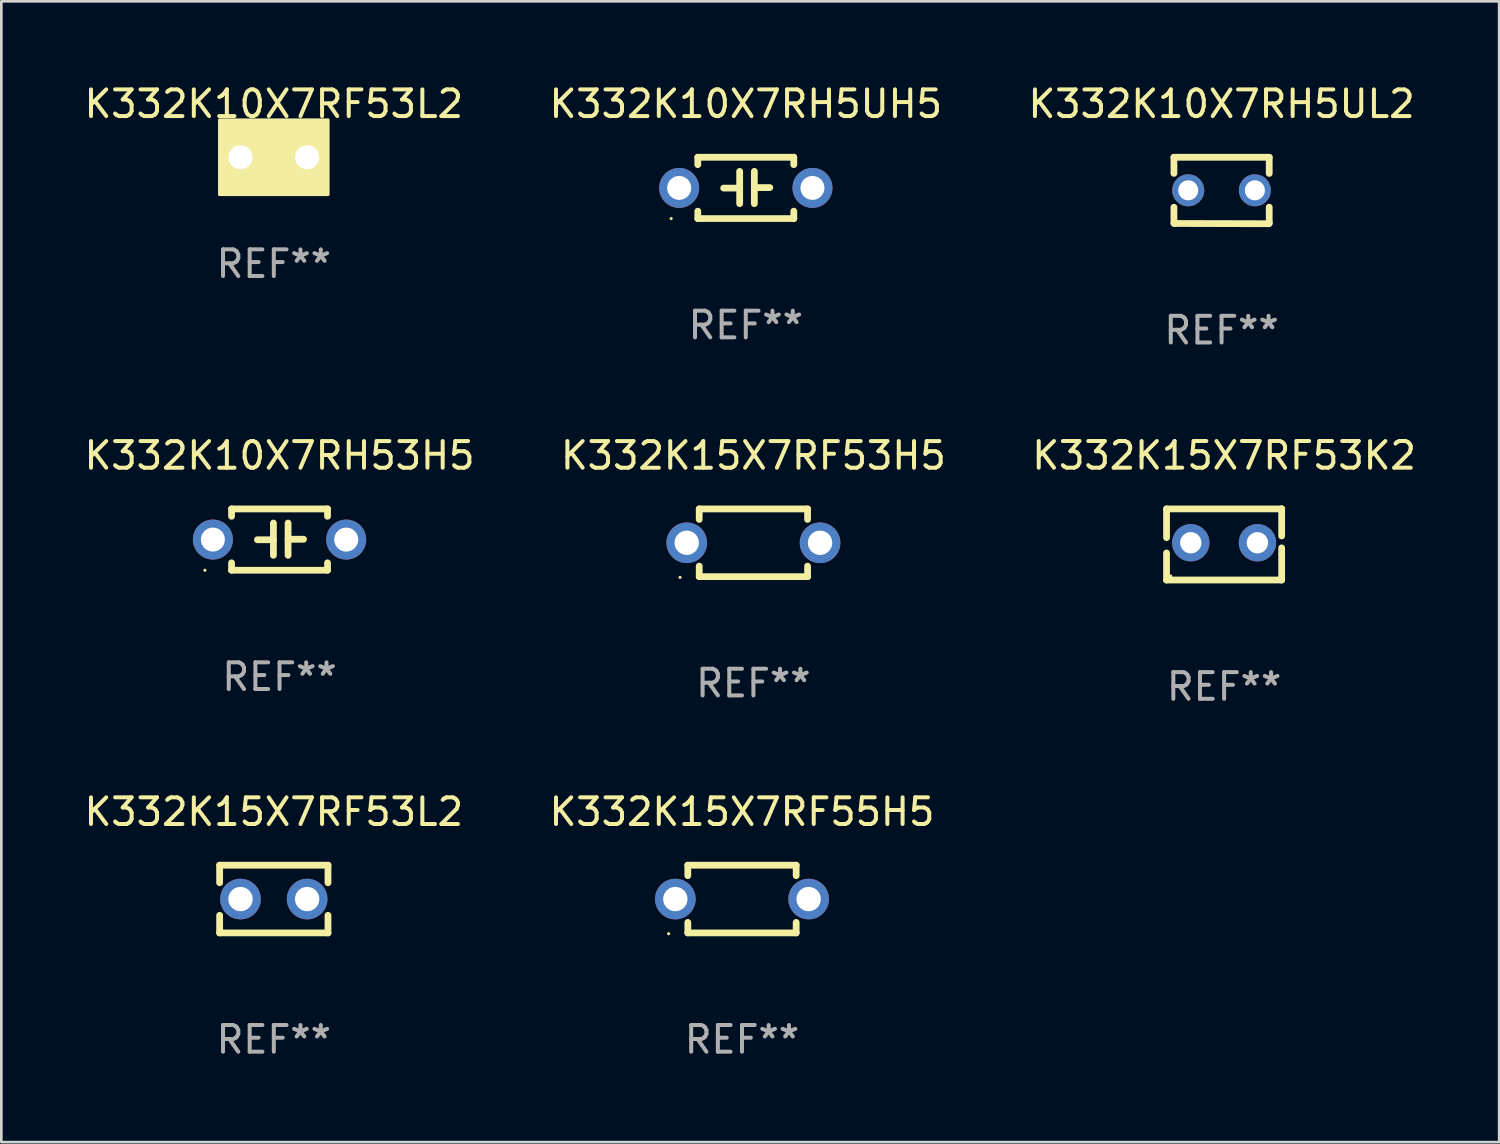
<source format=kicad_pcb>
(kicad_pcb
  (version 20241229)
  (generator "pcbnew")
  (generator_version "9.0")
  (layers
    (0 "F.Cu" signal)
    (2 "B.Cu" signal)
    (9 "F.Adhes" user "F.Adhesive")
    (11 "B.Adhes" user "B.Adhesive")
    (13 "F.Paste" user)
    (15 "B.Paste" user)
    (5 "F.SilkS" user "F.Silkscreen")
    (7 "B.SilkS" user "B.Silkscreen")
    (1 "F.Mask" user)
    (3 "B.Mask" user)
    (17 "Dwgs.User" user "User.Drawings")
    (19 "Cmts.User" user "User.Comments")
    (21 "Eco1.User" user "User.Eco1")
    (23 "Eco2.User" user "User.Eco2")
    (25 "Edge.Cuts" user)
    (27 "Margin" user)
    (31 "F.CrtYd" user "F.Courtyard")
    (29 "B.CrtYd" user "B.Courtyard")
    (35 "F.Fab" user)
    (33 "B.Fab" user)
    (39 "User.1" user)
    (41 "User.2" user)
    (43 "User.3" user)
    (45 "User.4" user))
  (footprint "K332K10X7RH5UL2"
    (layer "F.Cu")
    (at 42.768 4.095)
    (property "Reference" "K332K10X7RH5UL2" (at 0 -3.246 0) (layer "F.SilkS") (effects (font (size 1 1) (thickness 0.15))))
    (attr through_hole)
    (fp_line (start -1.787 -1.246) (end -1.787 -0.642) (stroke (width 0.254) (type solid)) (layer "F.SilkS"))
    (fp_line (start -1.787 0.627) (end -1.787 1.228) (stroke (width 0.254) (type solid)) (layer "F.SilkS"))
    (fp_line (start -1.787 1.228) (end -1.75 1.237) (stroke (width 0.254) (type solid)) (layer "F.SilkS"))
    (fp_line (start -1.75 1.237) (end 1.759 1.246) (stroke (width 0.254) (type solid)) (layer "F.SilkS"))
    (fp_line (start 1.759 1.246) (end 1.787 1.218) (stroke (width 0.254) (type solid)) (layer "F.SilkS"))
    (fp_line (start 1.787 -1.246) (end -1.787 -1.246) (stroke (width 0.254) (type solid)) (layer "F.SilkS"))
    (fp_line (start 1.787 -0.639) (end 1.787 -1.246) (stroke (width 0.254) (type solid)) (layer "F.SilkS"))
    (fp_line (start 1.787 1.237) (end 1.787 0.625) (stroke (width 0.254) (type solid)) (layer "F.SilkS"))
    (fp_circle (center -1.801 1.243) (end -1.771 1.243) (stroke (width 0.06) (type solid)) (fill no) (layer "F.SilkS"))
    (fp_text user "REF**" (at 0 5.246 0) (layer "F.Fab") (effects (font (size 1 1) (thickness 0.15))))
    (pad "1" thru_hole circle (at -1.251 -0.007) (size 1.2 1.2) (drill 0.75) (layers "*.Cu" "*.Mask"))
    (pad "2" thru_hole circle (at 1.249 -0.007) (size 1.2 1.2) (drill 0.75) (layers "*.Cu" "*.Mask")))
  (footprint "K332K15X7RF55H5"
    (layer "F.Cu")
    (at 24.78 30.671)
    (property "Reference" "K332K15X7RF55H5" (at 0 -3.27 0) (layer "F.SilkS") (effects (font (size 1 1) (thickness 0.15))))
    (attr through_hole)
    (fp_line (start -2.032 -1.27) (end -2.032 -0.876) (stroke (width 0.254) (type solid)) (layer "F.SilkS"))
    (fp_line (start -2.032 0.876) (end -2.032 1.27) (stroke (width 0.254) (type solid)) (layer "F.SilkS"))
    (fp_line (start -2.032 1.27) (end 2.032 1.27) (stroke (width 0.254) (type solid)) (layer "F.SilkS"))
    (fp_line (start 2.032 -1.27) (end -2.032 -1.27) (stroke (width 0.254) (type solid)) (layer "F.SilkS"))
    (fp_line (start 2.032 -0.876) (end 2.032 -1.27) (stroke (width 0.254) (type solid)) (layer "F.SilkS"))
    (fp_line (start 2.032 1.27) (end 2.032 0.876) (stroke (width 0.254) (type solid)) (layer "F.SilkS"))
    (fp_circle (center -2.751 1.3) (end -2.721 1.3) (stroke (width 0.06) (type solid)) (fill no) (layer "F.SilkS"))
    (fp_text user "REF**" (at 0 5.27 0) (layer "F.Fab") (effects (font (size 1 1) (thickness 0.15))))
    (pad "1" thru_hole circle (at -2.5 0) (size 1.524 1.524) (drill 0.914) (layers "*.Cu" "*.Mask"))
    (pad "2" thru_hole circle (at 2.5 0) (size 1.524 1.524) (drill 0.914) (layers "*.Cu" "*.Mask")))
  (footprint "K332K15X7RF53L2"
    (layer "F.Cu")
    (at 7.22 30.671)
    (property "Reference" "K332K15X7RF53L2" (at 0 -3.27 0) (layer "F.SilkS") (effects (font (size 1 1) (thickness 0.15))))
    (attr through_hole)
    (fp_line (start -2.032 -1.27) (end -2.032 -0.611) (stroke (width 0.254) (type solid)) (layer "F.SilkS"))
    (fp_line (start -2.032 0.611) (end -2.032 1.27) (stroke (width 0.254) (type solid)) (layer "F.SilkS"))
    (fp_line (start -2.032 1.27) (end 2.032 1.27) (stroke (width 0.254) (type solid)) (layer "F.SilkS"))
    (fp_line (start 2.032 -1.27) (end -2.032 -1.27) (stroke (width 0.254) (type solid)) (layer "F.SilkS"))
    (fp_line (start 2.032 -0.611) (end 2.032 -1.27) (stroke (width 0.254) (type solid)) (layer "F.SilkS"))
    (fp_line (start 2.032 1.27) (end 2.032 0.611) (stroke (width 0.254) (type solid)) (layer "F.SilkS"))
    (fp_circle (center -2 1.3) (end -1.97 1.3) (stroke (width 0.06) (type solid)) (fill no) (layer "F.SilkS"))
    (fp_text user "REF**" (at 0 5.27 0) (layer "F.Fab") (effects (font (size 1 1) (thickness 0.15))))
    (pad "1" thru_hole circle (at -1.25 0) (size 1.524 1.524) (drill 0.914) (layers "*.Cu" "*.Mask"))
    (pad "2" thru_hole circle (at 1.25 0) (size 1.524 1.524) (drill 0.914) (layers "*.Cu" "*.Mask")))
  (footprint "K332K10X7RH53H5"
    (layer "F.Cu")
    (at 7.435 17.188)
    (property "Reference" "K332K10X7RH53H5" (at 0 -3.15 0) (layer "F.SilkS") (effects (font (size 1 1) (thickness 0.15))))
    (attr through_hole)
    (fp_line (start -1.8 -1.15) (end -1.8 -0.872) (stroke (width 0.254) (type solid)) (layer "F.SilkS"))
    (fp_line (start -1.8 -1.15) (end 1.8 -1.15) (stroke (width 0.254) (type solid)) (layer "F.SilkS"))
    (fp_line (start -1.8 0.872) (end -1.8 1.15) (stroke (width 0.254) (type solid)) (layer "F.SilkS"))
    (fp_line (start -1.8 1.15) (end 1.8 1.15) (stroke (width 0.254) (type solid)) (layer "F.SilkS"))
    (fp_line (start -0.23 -0.62) (end -0.23 0.59) (stroke (width 0.254) (type solid)) (layer "F.SilkS"))
    (fp_line (start -0.23 0.007) (end -0.83 0.007) (stroke (width 0.254) (type solid)) (layer "F.SilkS"))
    (fp_line (start 0.32 -0.62) (end 0.32 0.59) (stroke (width 0.254) (type solid)) (layer "F.SilkS"))
    (fp_line (start 0.32 -0.012) (end 0.9 -0.012) (stroke (width 0.254) (type solid)) (layer "F.SilkS"))
    (fp_line (start 1.8 -1.15) (end 1.8 -0.872) (stroke (width 0.254) (type solid)) (layer "F.SilkS"))
    (fp_line (start 1.8 0.872) (end 1.8 1.15) (stroke (width 0.254) (type solid)) (layer "F.SilkS"))
    (fp_circle (center -2.8 1.15) (end -2.77 1.15) (stroke (width 0.06) (type solid)) (fill no) (layer "F.SilkS"))
    (fp_text user "REF**" (at 0 5.15 0) (layer "F.Fab") (effects (font (size 1 1) (thickness 0.15))))
    (pad "1" thru_hole circle (at -2.5 0) (size 1.5 1.5) (drill 0.9) (layers "*.Cu" "*.Mask"))
    (pad "2" thru_hole circle (at 2.5 0) (size 1.5 1.5) (drill 0.9) (layers "*.Cu" "*.Mask")))
  (footprint "K332K15X7RF53H5"
    (layer "F.Cu")
    (at 25.208 17.308)
    (property "Reference" "K332K15X7RF53H5" (at 0 -3.27 0) (layer "F.SilkS") (effects (font (size 1 1) (thickness 0.15))))
    (attr through_hole)
    (fp_line (start -2.032 -1.27) (end -2.032 -0.876) (stroke (width 0.254) (type solid)) (layer "F.SilkS"))
    (fp_line (start -2.032 0.876) (end -2.032 1.27) (stroke (width 0.254) (type solid)) (layer "F.SilkS"))
    (fp_line (start -2.032 1.27) (end 2.032 1.27) (stroke (width 0.254) (type solid)) (layer "F.SilkS"))
    (fp_line (start 2.032 -1.27) (end -2.032 -1.27) (stroke (width 0.254) (type solid)) (layer "F.SilkS"))
    (fp_line (start 2.032 -0.876) (end 2.032 -1.27) (stroke (width 0.254) (type solid)) (layer "F.SilkS"))
    (fp_line (start 2.032 1.27) (end 2.032 0.876) (stroke (width 0.254) (type solid)) (layer "F.SilkS"))
    (fp_circle (center -2.751 1.3) (end -2.721 1.3) (stroke (width 0.06) (type solid)) (fill no) (layer "F.SilkS"))
    (fp_text user "REF**" (at 0 5.27 0) (layer "F.Fab") (effects (font (size 1 1) (thickness 0.15))))
    (pad "1" thru_hole circle (at -2.5 0) (size 1.524 1.524) (drill 0.914) (layers "*.Cu" "*.Mask"))
    (pad "2" thru_hole circle (at 2.5 0) (size 1.524 1.524) (drill 0.914) (layers "*.Cu" "*.Mask")))
  (footprint "K332K15X7RF53K2"
    (layer "F.Cu")
    (at 42.863 17.371)
    (property "Reference" "K332K15X7RF53K2" (at 0 -3.334 0) (layer "F.SilkS") (effects (font (size 1 1) (thickness 0.15))))
    (attr through_hole)
    (fp_line (start -2.159 -1.334) (end 2.159 -1.334) (stroke (width 0.254) (type solid)) (layer "F.SilkS"))
    (fp_line (start -2.159 -0.256) (end -2.159 -1.334) (stroke (width 0.254) (type solid)) (layer "F.SilkS"))
    (fp_line (start -2.159 1.334) (end -2.159 0.318) (stroke (width 0.254) (type solid)) (layer "F.SilkS"))
    (fp_line (start 2.159 -1.334) (end 2.159 -1.334) (stroke (width 0.254) (type solid)) (layer "F.SilkS"))
    (fp_line (start 2.159 -1.334) (end 2.159 -0.318) (stroke (width 0.254) (type solid)) (layer "F.SilkS"))
    (fp_line (start 2.159 0.129) (end 2.159 1.334) (stroke (width 0.254) (type solid)) (layer "F.SilkS"))
    (fp_line (start 2.159 1.334) (end -2.159 1.334) (stroke (width 0.254) (type solid)) (layer "F.SilkS"))
    (fp_circle (center -2 1.186) (end -1.97 1.186) (stroke (width 0.06) (type solid)) (fill no) (layer "F.SilkS"))
    (fp_text user "REF**" (at 0 5.334 0) (layer "F.Fab") (effects (font (size 1 1) (thickness 0.15))))
    (pad "1" thru_hole circle (at -1.25 -0.064) (size 1.4 1.4) (drill 0.8) (layers "*.Cu" "*.Mask"))
    (pad "2" thru_hole circle (at 1.25 -0.064) (size 1.4 1.4) (drill 0.8) (layers "*.Cu" "*.Mask")))
  (footprint "K332K10X7RF53L2"
    (layer "F.Cu")
    (at 7.22 2.848)
    (property "Reference" "K332K10X7RF53L2" (at 0 -2 0) (layer "F.SilkS") (effects (font (size 1 1) (thickness 0.15))))
    (attr through_hole)
    (fp_circle (center -1.8 1.15) (end -1.77 1.15) (stroke (width 0.06) (type solid)) (fill no) (layer "F.SilkS"))
    (fp_poly (pts (xy -2.032 -1.397) (xy 2.032 -1.397) (xy 2.032 1.397) (xy -2.032 1.397)) (stroke (width 0.12) (type solid)) (fill yes) (layer "F.SilkS"))
    (fp_text user "REF**" (at 0 4 0) (layer "F.Fab") (effects (font (size 1 1) (thickness 0.15))))
    (pad "1" thru_hole circle (at -1.25 0) (size 1.5 1.5) (drill 0.9) (layers "*.Cu" "*.Mask"))
    (pad "2" thru_hole circle (at 1.25 0) (size 1.5 1.5) (drill 0.9) (layers "*.Cu" "*.Mask")))
  (footprint "K332K10X7RH5UH5"
    (layer "F.Cu")
    (at 24.923 3.998)
    (property "Reference" "K332K10X7RH5UH5" (at 0 -3.15 0) (layer "F.SilkS") (effects (font (size 1 1) (thickness 0.15))))
    (attr through_hole)
    (fp_line (start -1.8 -1.15) (end -1.8 -0.872) (stroke (width 0.254) (type solid)) (layer "F.SilkS"))
    (fp_line (start -1.8 -1.15) (end 1.8 -1.15) (stroke (width 0.254) (type solid)) (layer "F.SilkS"))
    (fp_line (start -1.8 0.872) (end -1.8 1.15) (stroke (width 0.254) (type solid)) (layer "F.SilkS"))
    (fp_line (start -1.8 1.15) (end 1.8 1.15) (stroke (width 0.254) (type solid)) (layer "F.SilkS"))
    (fp_line (start -0.23 -0.62) (end -0.23 0.59) (stroke (width 0.254) (type solid)) (layer "F.SilkS"))
    (fp_line (start -0.23 0.007) (end -0.83 0.007) (stroke (width 0.254) (type solid)) (layer "F.SilkS"))
    (fp_line (start 0.32 -0.62) (end 0.32 0.59) (stroke (width 0.254) (type solid)) (layer "F.SilkS"))
    (fp_line (start 0.32 -0.012) (end 0.9 -0.012) (stroke (width 0.254) (type solid)) (layer "F.SilkS"))
    (fp_line (start 1.8 -1.15) (end 1.8 -0.872) (stroke (width 0.254) (type solid)) (layer "F.SilkS"))
    (fp_line (start 1.8 0.872) (end 1.8 1.15) (stroke (width 0.254) (type solid)) (layer "F.SilkS"))
    (fp_circle (center -2.8 1.15) (end -2.77 1.15) (stroke (width 0.06) (type solid)) (fill no) (layer "F.SilkS"))
    (fp_text user "REF**" (at 0 5.15 0) (layer "F.Fab") (effects (font (size 1 1) (thickness 0.15))))
    (pad "1" thru_hole circle (at -2.5 0) (size 1.5 1.5) (drill 0.9) (layers "*.Cu" "*.Mask"))
    (pad "2" thru_hole circle (at 2.5 0) (size 1.5 1.5) (drill 0.9) (layers "*.Cu" "*.Mask")))
  (gr_rect
    (start -3 -3)
    (end 53.179 39.789)
    (stroke (width 0.1) (type default))
    (fill no)
    (layer "Edge.Cuts")))
</source>
